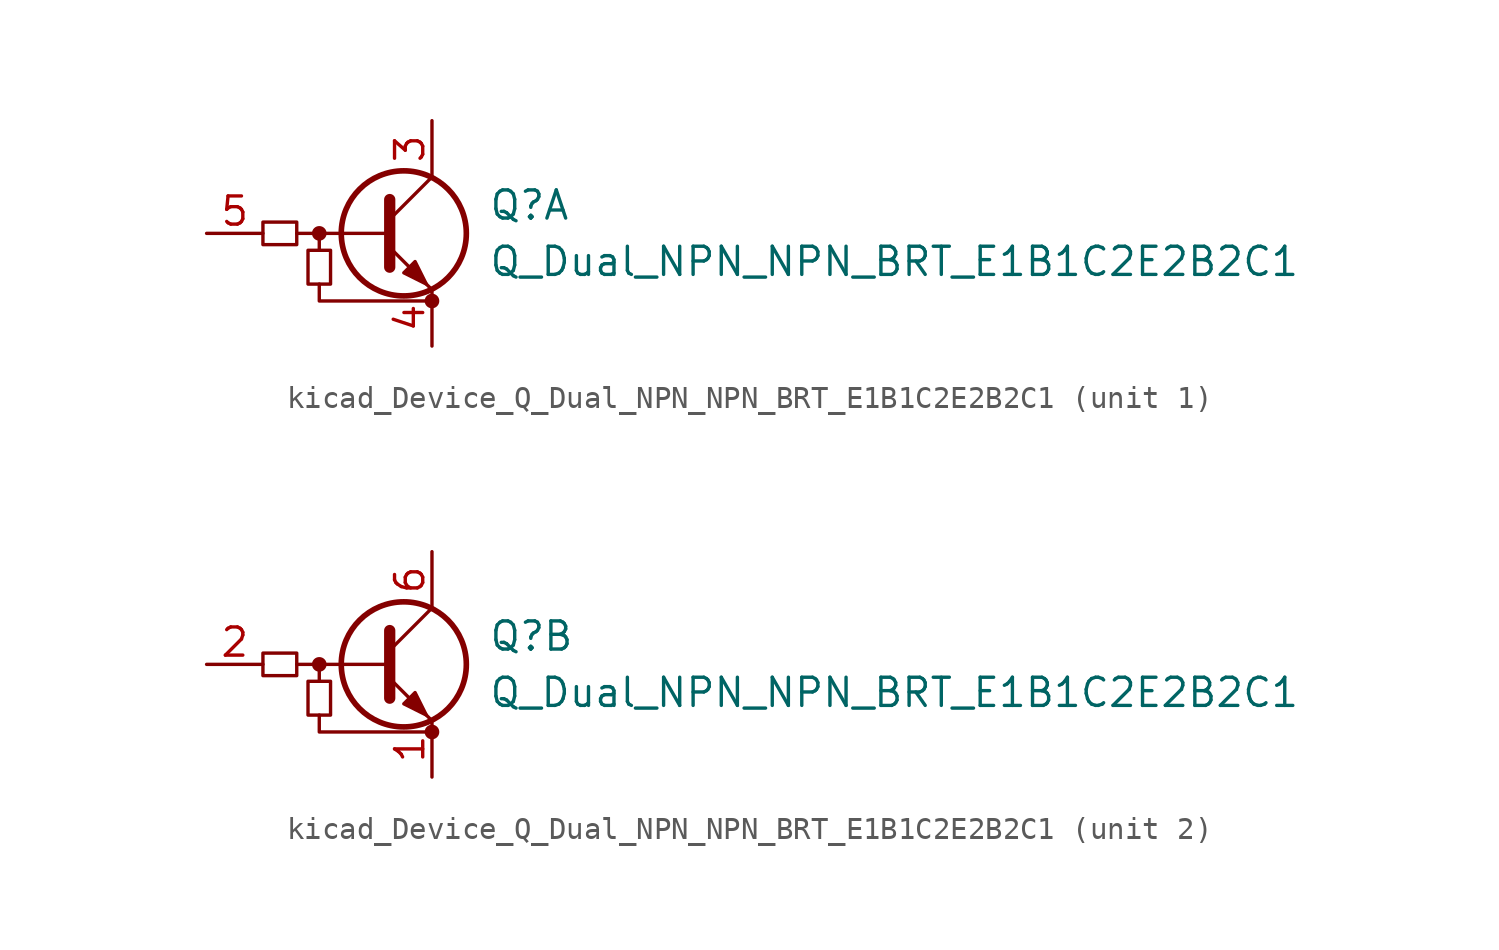
<source format=kicad_sym>
(kicad_symbol_lib
  (version 20220914)
  (generator kicad_symbol_editor)
  (symbol "kicad_Device_Q_Dual_NPN_NPN_BRT_E1B1C2E2B2C1"
    (pin_names hide)
    (property "Reference" "Q"
      (at 3.81 1.27 0)
      (effects (font (size 1.27 1.27)) (justify left)))
    (property "Value" "Q_Dual_NPN_NPN_BRT_E1B1C2E2B2C1"
      (at 3.81 -1.27 0)
      (effects (font (size 1.27 1.27)) (justify left)))
    (symbol "kicad_Device_Q_Dual_NPN_NPN_BRT_E1B1C2E2B2C1_0_1"
      (rectangle (start -6.35 0.508) (end -4.826 -0.508) (stroke (width 0) (type default)) (fill (type none)))
      (rectangle (start -4.318 -2.286) (end -3.302 -0.762) (stroke (width 0) (type default)) (fill (type none)))
      (circle (center -3.81 0) (radius 0.254) (stroke (width 0) (type default)) (fill (type outline)))
      (polyline (pts (xy -3.81 -0.762) (xy -3.81 0)) (stroke (width 0) (type default)) (fill (type none)))
      (polyline (pts (xy -0.762 0) (xy -4.826 0)) (stroke (width 0) (type default)) (fill (type none)))
      (polyline (pts (xy -0.635 1.524) (xy -0.635 -1.524)) (stroke (width 0.508) (type default)) (fill (type none)))
      (polyline (pts (xy -3.81 -2.286) (xy -3.81 -3.048) (xy 1.27 -3.048)) (stroke (width 0) (type default)) (fill (type none)))
      (circle (center 1.27 -3.048) (radius 0.254) (stroke (width 0) (type default)) (fill (type outline))))
    (symbol "kicad_Device_Q_Dual_NPN_NPN_BRT_E1B1C2E2B2C1_1_1"
      (polyline (pts (xy -0.635 0.635) (xy 1.27 2.54)) (stroke (width 0) (type default)) (fill (type none)))
      (polyline (pts (xy -0.635 -0.635) (xy 1.27 -2.54) (xy 1.27 -2.54)) (stroke (width 0) (type default)) (fill (type none)))
      (polyline (pts (xy 0 -1.778) (xy 0.508 -1.27) (xy 1.016 -2.286) (xy 0 -1.778) (xy 0 -1.778)) (stroke (width 0) (type default)) (fill (type outline)))
      (circle (center 0 0) (radius 2.819) (stroke (width 0.254) (type default)) (fill (type none)))
      (pin passive line (at 1.27 5.08 270) (length 2.54) (name "C1" (effects (font (size 1.27 1.27)))) (number "3" (effects (font (size 1.27 1.27)))))
      (pin passive line (at 1.27 -5.08 90) (length 2.54) (name "E1" (effects (font (size 1.27 1.27)))) (number "4" (effects (font (size 1.27 1.27)))))
      (pin input line (at -8.89 0 0) (length 2.54) (name "B1" (effects (font (size 1.27 1.27)))) (number "5" (effects (font (size 1.27 1.27))))))
    (symbol "kicad_Device_Q_Dual_NPN_NPN_BRT_E1B1C2E2B2C1_2_1"
      (polyline (pts (xy -0.635 0.635) (xy 1.27 2.54)) (stroke (width 0) (type default)) (fill (type none)))
      (polyline (pts (xy -0.635 -0.635) (xy 1.27 -2.54) (xy 1.27 -2.54)) (stroke (width 0) (type default)) (fill (type none)))
      (polyline (pts (xy 0 -1.778) (xy 0.508 -1.27) (xy 1.016 -2.286) (xy 0 -1.778) (xy 0 -1.778)) (stroke (width 0) (type default)) (fill (type outline)))
      (circle (center 0 0) (radius 2.819) (stroke (width 0.254) (type default)) (fill (type none)))
      (pin passive line (at 1.27 -5.08 90) (length 2.54) (name "E1" (effects (font (size 1.27 1.27)))) (number "1" (effects (font (size 1.27 1.27)))))
      (pin input line (at -8.89 0 0) (length 2.54) (name "B1" (effects (font (size 1.27 1.27)))) (number "2" (effects (font (size 1.27 1.27)))))
      (pin passive line (at 1.27 5.08 270) (length 2.54) (name "C1" (effects (font (size 1.27 1.27)))) (number "6" (effects (font (size 1.27 1.27))))))))
</source>
